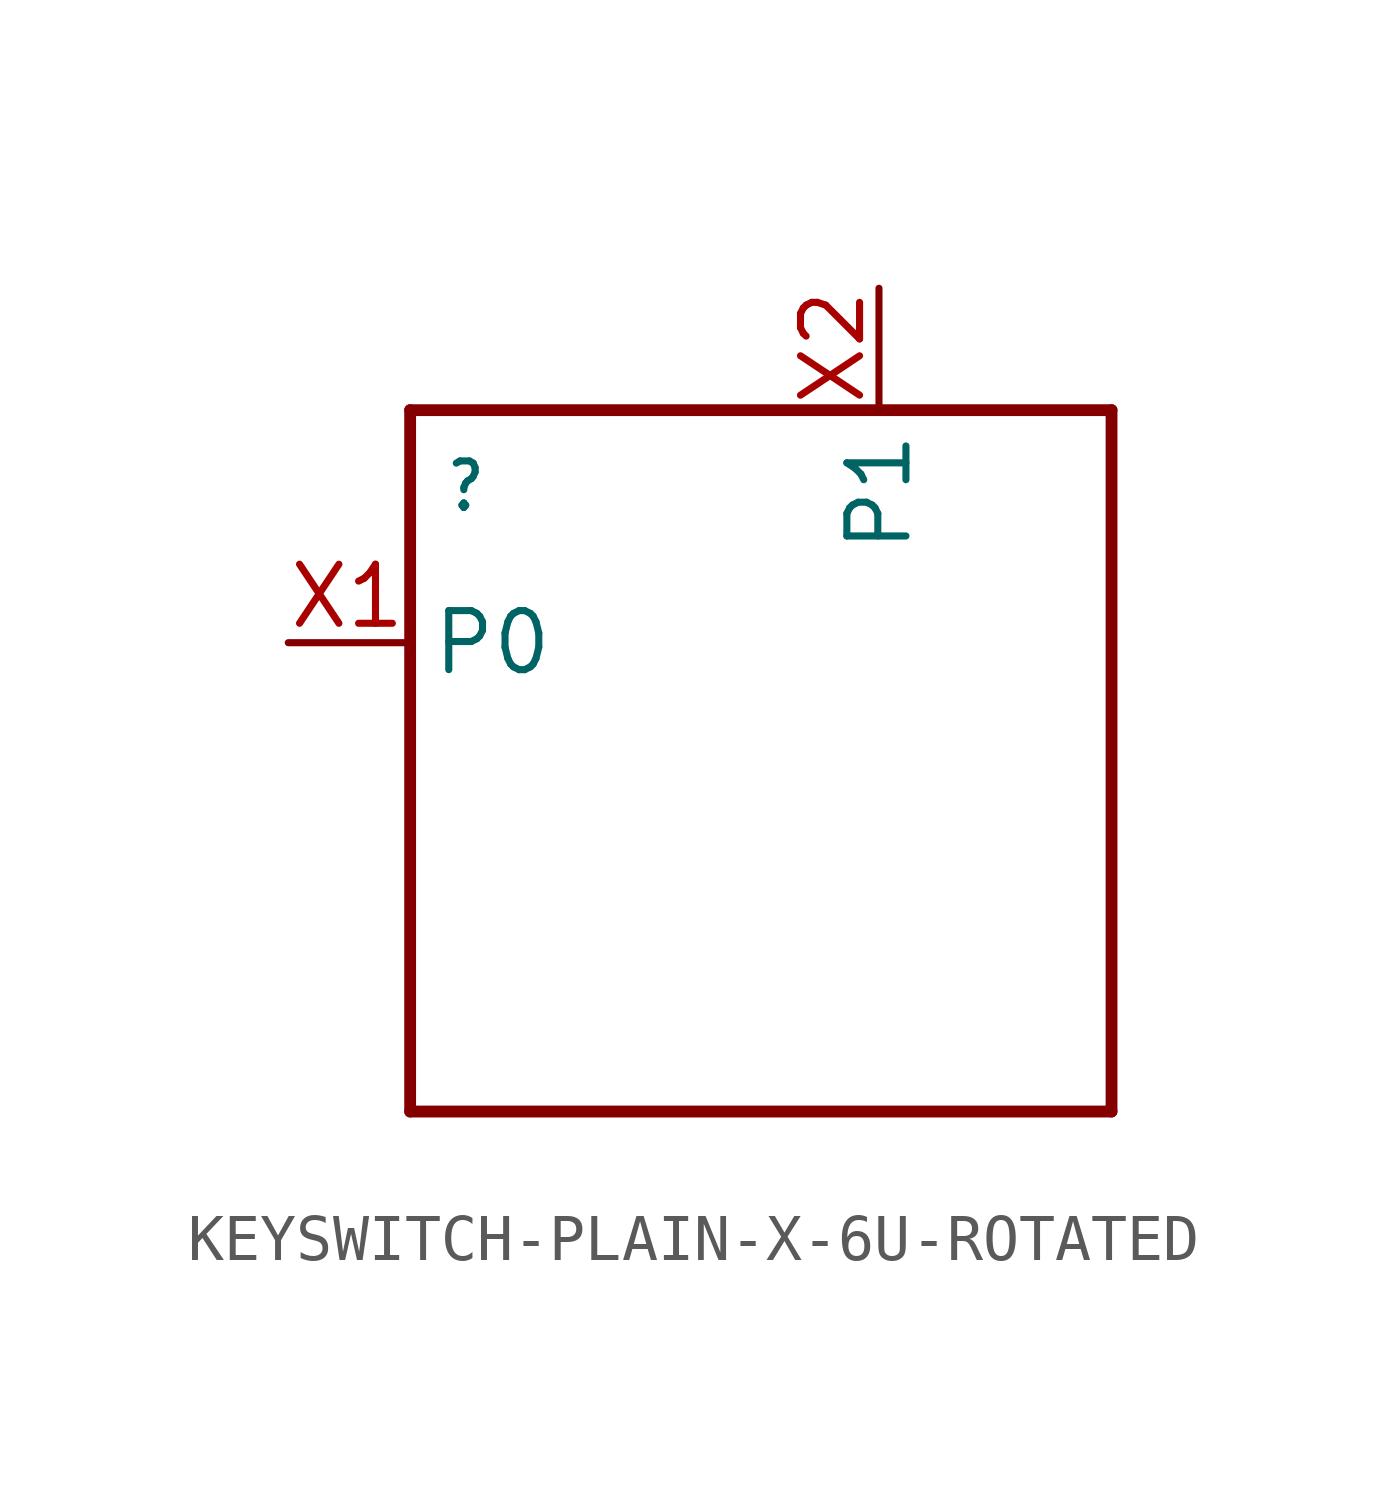
<source format=kicad_sym>
(kicad_symbol_lib
  (version 20211014)
  (generator kicad_symbol_editor)
  (symbol "KEYSWITCH-PLAIN-X-6U-ROTATED"
    (property "Reference" ""
      (at -6.81 5.318 0)
      (effects (font (size 1 0.85)) (justify left bottom)))
    (property "ki_locked" ""
      (at 0 0 0)
      (effects (font (size 1.27 1.27))))
    (symbol "KEYSWITCH-PLAIN-X-6U-ROTATED_1_0"
      (polyline (pts (xy -7.54 -7.54) (xy -7.54 7.54)) (stroke (width 0.254) (type default) (color 0 0 0 0)) (fill (type none)))
      (polyline (pts (xy -7.54 7.54) (xy 7.54 7.54)) (stroke (width 0.254) (type default) (color 0 0 0 0)) (fill (type none)))
      (polyline (pts (xy 7.54 -7.54) (xy -7.54 -7.54)) (stroke (width 0.254) (type default) (color 0 0 0 0)) (fill (type none)))
      (polyline (pts (xy 7.54 7.54) (xy 7.54 -7.54)) (stroke (width 0.254) (type default) (color 0 0 0 0)) (fill (type none)))
      (pin bidirectional line (at -10.16 2.54 0) (length 2.54) (name "P0" (effects (font (size 1.27 1.27)))) (number "X1" (effects (font (size 1.27 1.27)))))
      (pin bidirectional line (at 2.54 10.16 270) (length 2.54) (name "P1" (effects (font (size 1.27 1.27)))) (number "X2" (effects (font (size 1.27 1.27))))))))
</source>
